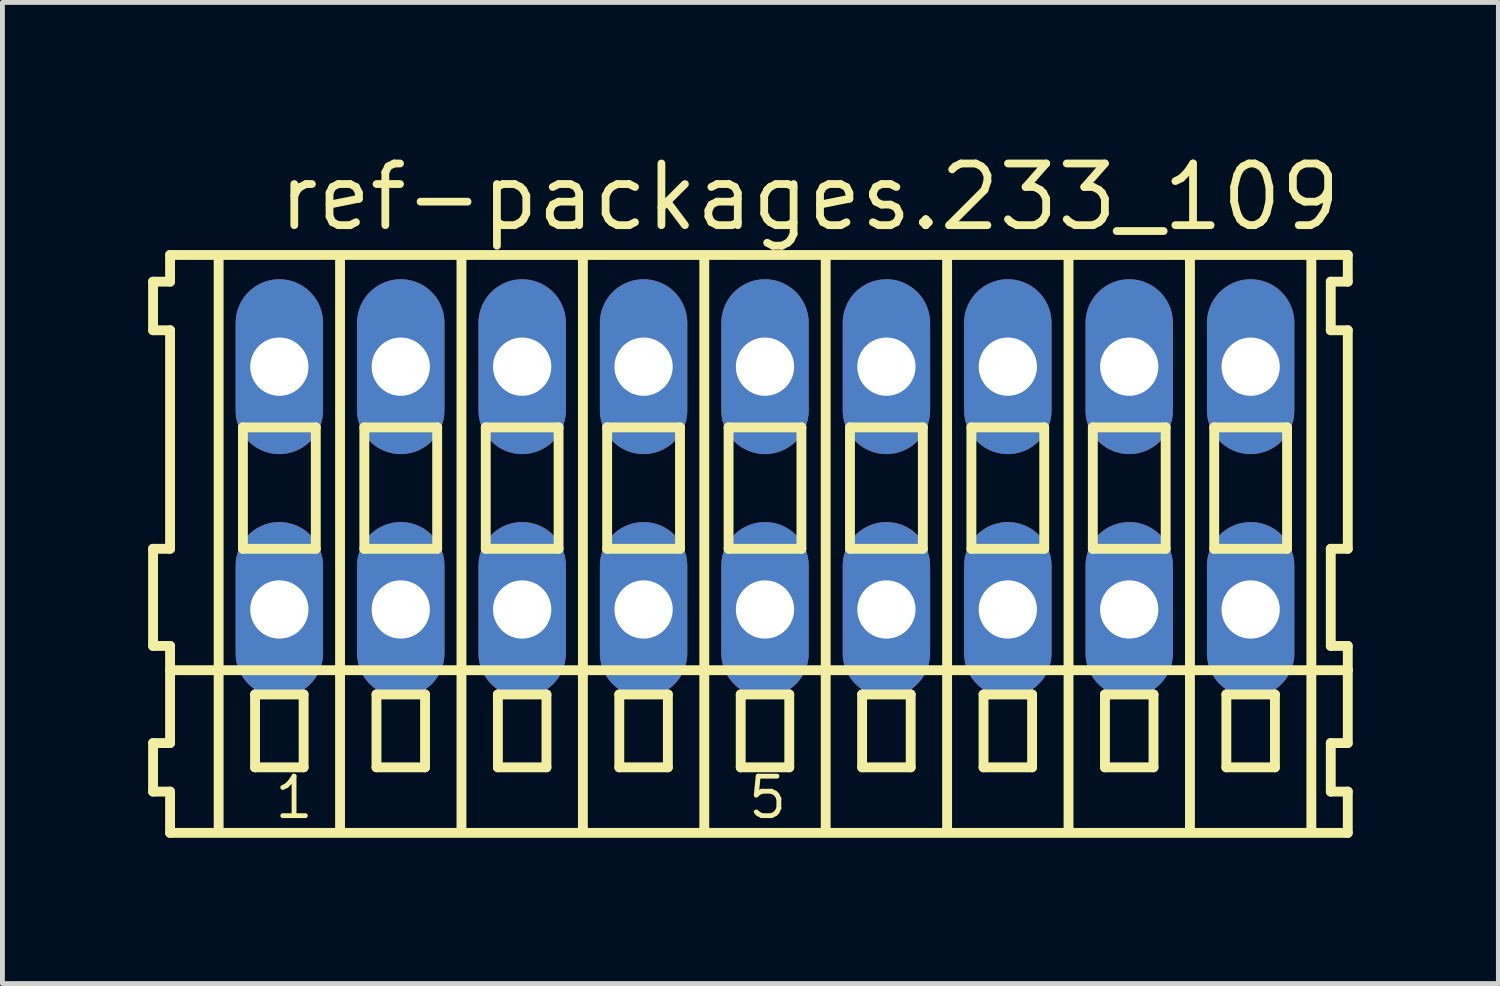
<source format=kicad_pcb>
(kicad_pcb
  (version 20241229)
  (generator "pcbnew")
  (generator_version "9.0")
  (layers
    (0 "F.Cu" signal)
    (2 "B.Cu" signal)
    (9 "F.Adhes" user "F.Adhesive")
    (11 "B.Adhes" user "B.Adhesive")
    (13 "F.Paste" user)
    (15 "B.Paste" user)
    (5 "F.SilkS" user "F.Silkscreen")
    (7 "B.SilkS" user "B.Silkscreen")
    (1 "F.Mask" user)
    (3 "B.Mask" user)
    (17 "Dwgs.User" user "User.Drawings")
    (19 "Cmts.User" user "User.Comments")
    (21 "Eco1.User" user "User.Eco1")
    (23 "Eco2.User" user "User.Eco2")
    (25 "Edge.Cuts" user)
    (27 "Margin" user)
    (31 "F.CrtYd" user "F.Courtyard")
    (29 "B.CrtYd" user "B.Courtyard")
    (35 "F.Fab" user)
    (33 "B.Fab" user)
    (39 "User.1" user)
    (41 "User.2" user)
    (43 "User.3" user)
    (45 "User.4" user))
  (footprint "ref-packages.233_109"
    (layer "F.Cu")
    (at 12.702 7)
    (property "Reference" "ref-packages.233_109" (at -10.1 -5.25 0) (layer "F.SilkS") (effects (font (size 1.27 1.27) (thickness 0.16)) (justify left bottom)))
    (attr through_hole)
    (fp_line (start -12.6 -4.25) (end -12.6 -3.25) (stroke (width 0.203) (type default)) (layer "F.SilkS"))
    (fp_line (start -12.6 -3.25) (end -12.25 -3.25) (stroke (width 0.203) (type default)) (layer "F.SilkS"))
    (fp_line (start -12.6 1.25) (end -12.6 3.25) (stroke (width 0.203) (type default)) (layer "F.SilkS"))
    (fp_line (start -12.6 3.25) (end -12.25 3.25) (stroke (width 0.203) (type default)) (layer "F.SilkS"))
    (fp_line (start -12.6 5.25) (end -12.6 6.25) (stroke (width 0.203) (type default)) (layer "F.SilkS"))
    (fp_line (start -12.6 6.25) (end -12.25 6.25) (stroke (width 0.203) (type default)) (layer "F.SilkS"))
    (fp_line (start -12.25 -4.8) (end -12.25 -4.25) (stroke (width 0.203) (type default)) (layer "F.SilkS"))
    (fp_line (start -12.25 -4.25) (end -12.6 -4.25) (stroke (width 0.203) (type default)) (layer "F.SilkS"))
    (fp_line (start -12.25 -3.25) (end -12.25 1.25) (stroke (width 0.203) (type default)) (layer "F.SilkS"))
    (fp_line (start -12.25 1.25) (end -12.6 1.25) (stroke (width 0.203) (type default)) (layer "F.SilkS"))
    (fp_line (start -12.25 3.25) (end -12.25 5.25) (stroke (width 0.203) (type default)) (layer "F.SilkS"))
    (fp_line (start -12.25 3.75) (end 12 3.75) (stroke (width 0.203) (type default)) (layer "F.SilkS"))
    (fp_line (start -12.25 5.25) (end -12.6 5.25) (stroke (width 0.203) (type default)) (layer "F.SilkS"))
    (fp_line (start -12.25 6.25) (end -12.25 7.1) (stroke (width 0.203) (type default)) (layer "F.SilkS"))
    (fp_line (start -12.25 7.1) (end 12 7.1) (stroke (width 0.203) (type default)) (layer "F.SilkS"))
    (fp_line (start -11.25 -4.75) (end -11.25 7) (stroke (width 0.203) (type default)) (layer "F.SilkS"))
    (fp_line (start -10.75 -1.25) (end -10.75 1.25) (stroke (width 0.203) (type default)) (layer "F.SilkS"))
    (fp_line (start -10.75 1.25) (end -9.25 1.25) (stroke (width 0.203) (type default)) (layer "F.SilkS"))
    (fp_line (start -10.5 4.25) (end -10.5 5.75) (stroke (width 0.203) (type default)) (layer "F.SilkS"))
    (fp_line (start -10.5 5.75) (end -9.5 5.75) (stroke (width 0.203) (type default)) (layer "F.SilkS"))
    (fp_line (start -9.5 4.25) (end -10.5 4.25) (stroke (width 0.203) (type default)) (layer "F.SilkS"))
    (fp_line (start -9.5 5.75) (end -9.5 4.25) (stroke (width 0.203) (type default)) (layer "F.SilkS"))
    (fp_line (start -9.25 -1.25) (end -10.75 -1.25) (stroke (width 0.203) (type default)) (layer "F.SilkS"))
    (fp_line (start -9.25 1.25) (end -9.25 -1.25) (stroke (width 0.203) (type default)) (layer "F.SilkS"))
    (fp_line (start -8.75 -4.75) (end -8.75 7) (stroke (width 0.203) (type default)) (layer "F.SilkS"))
    (fp_line (start -8.25 -1.25) (end -8.25 1.25) (stroke (width 0.203) (type default)) (layer "F.SilkS"))
    (fp_line (start -8.25 1.25) (end -6.75 1.25) (stroke (width 0.203) (type default)) (layer "F.SilkS"))
    (fp_line (start -8 4.25) (end -8 5.75) (stroke (width 0.203) (type default)) (layer "F.SilkS"))
    (fp_line (start -8 5.75) (end -7 5.75) (stroke (width 0.203) (type default)) (layer "F.SilkS"))
    (fp_line (start -7 4.25) (end -8 4.25) (stroke (width 0.203) (type default)) (layer "F.SilkS"))
    (fp_line (start -7 5.75) (end -7 4.25) (stroke (width 0.203) (type default)) (layer "F.SilkS"))
    (fp_line (start -6.75 -1.25) (end -8.25 -1.25) (stroke (width 0.203) (type default)) (layer "F.SilkS"))
    (fp_line (start -6.75 1.25) (end -6.75 -1.25) (stroke (width 0.203) (type default)) (layer "F.SilkS"))
    (fp_line (start -6.25 -4.75) (end -6.25 7) (stroke (width 0.203) (type default)) (layer "F.SilkS"))
    (fp_line (start -5.75 -1.25) (end -5.75 1.25) (stroke (width 0.203) (type default)) (layer "F.SilkS"))
    (fp_line (start -5.75 1.25) (end -4.25 1.25) (stroke (width 0.203) (type default)) (layer "F.SilkS"))
    (fp_line (start -5.5 4.25) (end -5.5 5.75) (stroke (width 0.203) (type default)) (layer "F.SilkS"))
    (fp_line (start -5.5 5.75) (end -4.5 5.75) (stroke (width 0.203) (type default)) (layer "F.SilkS"))
    (fp_line (start -4.5 4.25) (end -5.5 4.25) (stroke (width 0.203) (type default)) (layer "F.SilkS"))
    (fp_line (start -4.5 5.75) (end -4.5 4.25) (stroke (width 0.203) (type default)) (layer "F.SilkS"))
    (fp_line (start -4.25 -1.25) (end -5.75 -1.25) (stroke (width 0.203) (type default)) (layer "F.SilkS"))
    (fp_line (start -4.25 1.25) (end -4.25 -1.25) (stroke (width 0.203) (type default)) (layer "F.SilkS"))
    (fp_line (start -3.75 -4.75) (end -3.75 7) (stroke (width 0.203) (type default)) (layer "F.SilkS"))
    (fp_line (start -3.25 -1.25) (end -3.25 1.25) (stroke (width 0.203) (type default)) (layer "F.SilkS"))
    (fp_line (start -3.25 1.25) (end -1.75 1.25) (stroke (width 0.203) (type default)) (layer "F.SilkS"))
    (fp_line (start -3 4.25) (end -3 5.75) (stroke (width 0.203) (type default)) (layer "F.SilkS"))
    (fp_line (start -3 5.75) (end -2 5.75) (stroke (width 0.203) (type default)) (layer "F.SilkS"))
    (fp_line (start -2 4.25) (end -3 4.25) (stroke (width 0.203) (type default)) (layer "F.SilkS"))
    (fp_line (start -2 5.75) (end -2 4.25) (stroke (width 0.203) (type default)) (layer "F.SilkS"))
    (fp_line (start -1.75 -1.25) (end -3.25 -1.25) (stroke (width 0.203) (type default)) (layer "F.SilkS"))
    (fp_line (start -1.75 1.25) (end -1.75 -1.25) (stroke (width 0.203) (type default)) (layer "F.SilkS"))
    (fp_line (start -1.25 -4.75) (end -1.25 7) (stroke (width 0.203) (type default)) (layer "F.SilkS"))
    (fp_line (start -0.75 -1.25) (end -0.75 1.25) (stroke (width 0.203) (type default)) (layer "F.SilkS"))
    (fp_line (start -0.75 1.25) (end 0.75 1.25) (stroke (width 0.203) (type default)) (layer "F.SilkS"))
    (fp_line (start -0.5 4.25) (end -0.5 5.75) (stroke (width 0.203) (type default)) (layer "F.SilkS"))
    (fp_line (start -0.5 5.75) (end 0.5 5.75) (stroke (width 0.203) (type default)) (layer "F.SilkS"))
    (fp_line (start 0.5 4.25) (end -0.5 4.25) (stroke (width 0.203) (type default)) (layer "F.SilkS"))
    (fp_line (start 0.5 5.75) (end 0.5 4.25) (stroke (width 0.203) (type default)) (layer "F.SilkS"))
    (fp_line (start 0.75 -1.25) (end -0.75 -1.25) (stroke (width 0.203) (type default)) (layer "F.SilkS"))
    (fp_line (start 0.75 1.25) (end 0.75 -1.25) (stroke (width 0.203) (type default)) (layer "F.SilkS"))
    (fp_line (start 1.25 -4.75) (end 1.25 7) (stroke (width 0.203) (type default)) (layer "F.SilkS"))
    (fp_line (start 1.75 -1.25) (end 1.75 1.25) (stroke (width 0.203) (type default)) (layer "F.SilkS"))
    (fp_line (start 1.75 1.25) (end 3.25 1.25) (stroke (width 0.203) (type default)) (layer "F.SilkS"))
    (fp_line (start 2 4.25) (end 2 5.75) (stroke (width 0.203) (type default)) (layer "F.SilkS"))
    (fp_line (start 2 5.75) (end 3 5.75) (stroke (width 0.203) (type default)) (layer "F.SilkS"))
    (fp_line (start 3 4.25) (end 2 4.25) (stroke (width 0.203) (type default)) (layer "F.SilkS"))
    (fp_line (start 3 5.75) (end 3 4.25) (stroke (width 0.203) (type default)) (layer "F.SilkS"))
    (fp_line (start 3.25 -1.25) (end 1.75 -1.25) (stroke (width 0.203) (type default)) (layer "F.SilkS"))
    (fp_line (start 3.25 1.25) (end 3.25 -1.25) (stroke (width 0.203) (type default)) (layer "F.SilkS"))
    (fp_line (start 3.75 -4.75) (end 3.75 7) (stroke (width 0.203) (type default)) (layer "F.SilkS"))
    (fp_line (start 4.25 -1.25) (end 4.25 1.25) (stroke (width 0.203) (type default)) (layer "F.SilkS"))
    (fp_line (start 4.25 1.25) (end 5.75 1.25) (stroke (width 0.203) (type default)) (layer "F.SilkS"))
    (fp_line (start 4.5 4.25) (end 4.5 5.75) (stroke (width 0.203) (type default)) (layer "F.SilkS"))
    (fp_line (start 4.5 5.75) (end 5.5 5.75) (stroke (width 0.203) (type default)) (layer "F.SilkS"))
    (fp_line (start 5.5 4.25) (end 4.5 4.25) (stroke (width 0.203) (type default)) (layer "F.SilkS"))
    (fp_line (start 5.5 5.75) (end 5.5 4.25) (stroke (width 0.203) (type default)) (layer "F.SilkS"))
    (fp_line (start 5.75 -1.25) (end 4.25 -1.25) (stroke (width 0.203) (type default)) (layer "F.SilkS"))
    (fp_line (start 5.75 1.25) (end 5.75 -1.25) (stroke (width 0.203) (type default)) (layer "F.SilkS"))
    (fp_line (start 6.25 -4.75) (end 6.25 7) (stroke (width 0.203) (type default)) (layer "F.SilkS"))
    (fp_line (start 6.75 -1.25) (end 6.75 1.25) (stroke (width 0.203) (type default)) (layer "F.SilkS"))
    (fp_line (start 6.75 1.25) (end 8.25 1.25) (stroke (width 0.203) (type default)) (layer "F.SilkS"))
    (fp_line (start 7 4.25) (end 7 5.75) (stroke (width 0.203) (type default)) (layer "F.SilkS"))
    (fp_line (start 7 5.75) (end 8 5.75) (stroke (width 0.203) (type default)) (layer "F.SilkS"))
    (fp_line (start 8 4.25) (end 7 4.25) (stroke (width 0.203) (type default)) (layer "F.SilkS"))
    (fp_line (start 8 5.75) (end 8 4.25) (stroke (width 0.203) (type default)) (layer "F.SilkS"))
    (fp_line (start 8.25 -1.25) (end 6.75 -1.25) (stroke (width 0.203) (type default)) (layer "F.SilkS"))
    (fp_line (start 8.25 1.25) (end 8.25 -1.25) (stroke (width 0.203) (type default)) (layer "F.SilkS"))
    (fp_line (start 8.75 -4.75) (end 8.75 7) (stroke (width 0.203) (type default)) (layer "F.SilkS"))
    (fp_line (start 9.25 -1.25) (end 9.25 1.25) (stroke (width 0.203) (type default)) (layer "F.SilkS"))
    (fp_line (start 9.25 1.25) (end 10.75 1.25) (stroke (width 0.203) (type default)) (layer "F.SilkS"))
    (fp_line (start 9.5 4.25) (end 9.5 5.75) (stroke (width 0.203) (type default)) (layer "F.SilkS"))
    (fp_line (start 9.5 5.75) (end 10.5 5.75) (stroke (width 0.203) (type default)) (layer "F.SilkS"))
    (fp_line (start 10.5 4.25) (end 9.5 4.25) (stroke (width 0.203) (type default)) (layer "F.SilkS"))
    (fp_line (start 10.5 5.75) (end 10.5 4.25) (stroke (width 0.203) (type default)) (layer "F.SilkS"))
    (fp_line (start 10.75 -1.25) (end 9.25 -1.25) (stroke (width 0.203) (type default)) (layer "F.SilkS"))
    (fp_line (start 10.75 1.25) (end 10.75 -1.25) (stroke (width 0.203) (type default)) (layer "F.SilkS"))
    (fp_line (start 11.25 -4.75) (end 11.25 7) (stroke (width 0.203) (type default)) (layer "F.SilkS"))
    (fp_line (start 11.65 -4.25) (end 11.65 -3.25) (stroke (width 0.203) (type default)) (layer "F.SilkS"))
    (fp_line (start 11.65 -3.25) (end 12 -3.25) (stroke (width 0.203) (type default)) (layer "F.SilkS"))
    (fp_line (start 11.65 1.25) (end 11.65 3.25) (stroke (width 0.203) (type default)) (layer "F.SilkS"))
    (fp_line (start 11.65 3.25) (end 12 3.25) (stroke (width 0.203) (type default)) (layer "F.SilkS"))
    (fp_line (start 11.65 5.25) (end 11.65 6.25) (stroke (width 0.203) (type default)) (layer "F.SilkS"))
    (fp_line (start 11.65 6.25) (end 12 6.25) (stroke (width 0.203) (type default)) (layer "F.SilkS"))
    (fp_line (start 12 -4.8) (end -12.25 -4.8) (stroke (width 0.203) (type default)) (layer "F.SilkS"))
    (fp_line (start 12 -4.25) (end 11.65 -4.25) (stroke (width 0.203) (type default)) (layer "F.SilkS"))
    (fp_line (start 12 -4.25) (end 12 -4.8) (stroke (width 0.203) (type default)) (layer "F.SilkS"))
    (fp_line (start 12 1.25) (end 11.65 1.25) (stroke (width 0.203) (type default)) (layer "F.SilkS"))
    (fp_line (start 12 1.25) (end 12 -3.25) (stroke (width 0.203) (type default)) (layer "F.SilkS"))
    (fp_line (start 12 3.75) (end 12 3.25) (stroke (width 0.203) (type default)) (layer "F.SilkS"))
    (fp_line (start 12 5.25) (end 11.65 5.25) (stroke (width 0.203) (type default)) (layer "F.SilkS"))
    (fp_line (start 12 5.25) (end 12 3.75) (stroke (width 0.203) (type default)) (layer "F.SilkS"))
    (fp_line (start 12 7.1) (end 12 6.25) (stroke (width 0.203) (type default)) (layer "F.SilkS"))
    (fp_text user "1" (at -10.15 6.85 0) (layer "F.SilkS") (effects (font (size 0.813 0.813) (thickness 0.1)) (justify left bottom)))
    (fp_text user "5" (at -0.4 6.85 0) (layer "F.SilkS") (effects (font (size 0.813 0.813) (thickness 0.1)) (justify left bottom)))
    (pad "A1" thru_hole oval (at -10 -2.5 90) (size 3.6 1.8) (drill 1.2) (layers "*.Cu" "*.Mask"))
    (pad "A2" thru_hole oval (at -7.5 -2.5 90) (size 3.6 1.8) (drill 1.2) (layers "*.Cu" "*.Mask"))
    (pad "A3" thru_hole oval (at -5 -2.5 90) (size 3.6 1.8) (drill 1.2) (layers "*.Cu" "*.Mask"))
    (pad "A4" thru_hole oval (at -2.5 -2.5 90) (size 3.6 1.8) (drill 1.2) (layers "*.Cu" "*.Mask"))
    (pad "A5" thru_hole oval (at 0 -2.5 90) (size 3.6 1.8) (drill 1.2) (layers "*.Cu" "*.Mask"))
    (pad "A6" thru_hole oval (at 2.5 -2.5 90) (size 3.6 1.8) (drill 1.2) (layers "*.Cu" "*.Mask"))
    (pad "A7" thru_hole oval (at 5 -2.5 90) (size 3.6 1.8) (drill 1.2) (layers "*.Cu" "*.Mask"))
    (pad "A8" thru_hole oval (at 7.5 -2.5 90) (size 3.6 1.8) (drill 1.2) (layers "*.Cu" "*.Mask"))
    (pad "A9" thru_hole oval (at 10 -2.5 90) (size 3.6 1.8) (drill 1.2) (layers "*.Cu" "*.Mask"))
    (pad "B1" thru_hole oval (at -10 2.5 90) (size 3.6 1.8) (drill 1.2) (layers "*.Cu" "*.Mask"))
    (pad "B2" thru_hole oval (at -7.5 2.5 90) (size 3.6 1.8) (drill 1.2) (layers "*.Cu" "*.Mask"))
    (pad "B3" thru_hole oval (at -5 2.5 90) (size 3.6 1.8) (drill 1.2) (layers "*.Cu" "*.Mask"))
    (pad "B4" thru_hole oval (at -2.5 2.5 90) (size 3.6 1.8) (drill 1.2) (layers "*.Cu" "*.Mask"))
    (pad "B5" thru_hole oval (at 0 2.5 90) (size 3.6 1.8) (drill 1.2) (layers "*.Cu" "*.Mask"))
    (pad "B6" thru_hole oval (at 2.5 2.5 90) (size 3.6 1.8) (drill 1.2) (layers "*.Cu" "*.Mask"))
    (pad "B7" thru_hole oval (at 5 2.5 90) (size 3.6 1.8) (drill 1.2) (layers "*.Cu" "*.Mask"))
    (pad "B8" thru_hole oval (at 7.5 2.5 90) (size 3.6 1.8) (drill 1.2) (layers "*.Cu" "*.Mask"))
    (pad "B9" thru_hole oval (at 10 2.5 90) (size 3.6 1.8) (drill 1.2) (layers "*.Cu" "*.Mask")))
  (gr_rect
    (start -3 -3)
    (end 27.803 17.202)
    (stroke (width 0.1) (type default))
    (fill no)
    (layer "Edge.Cuts")))
</source>
